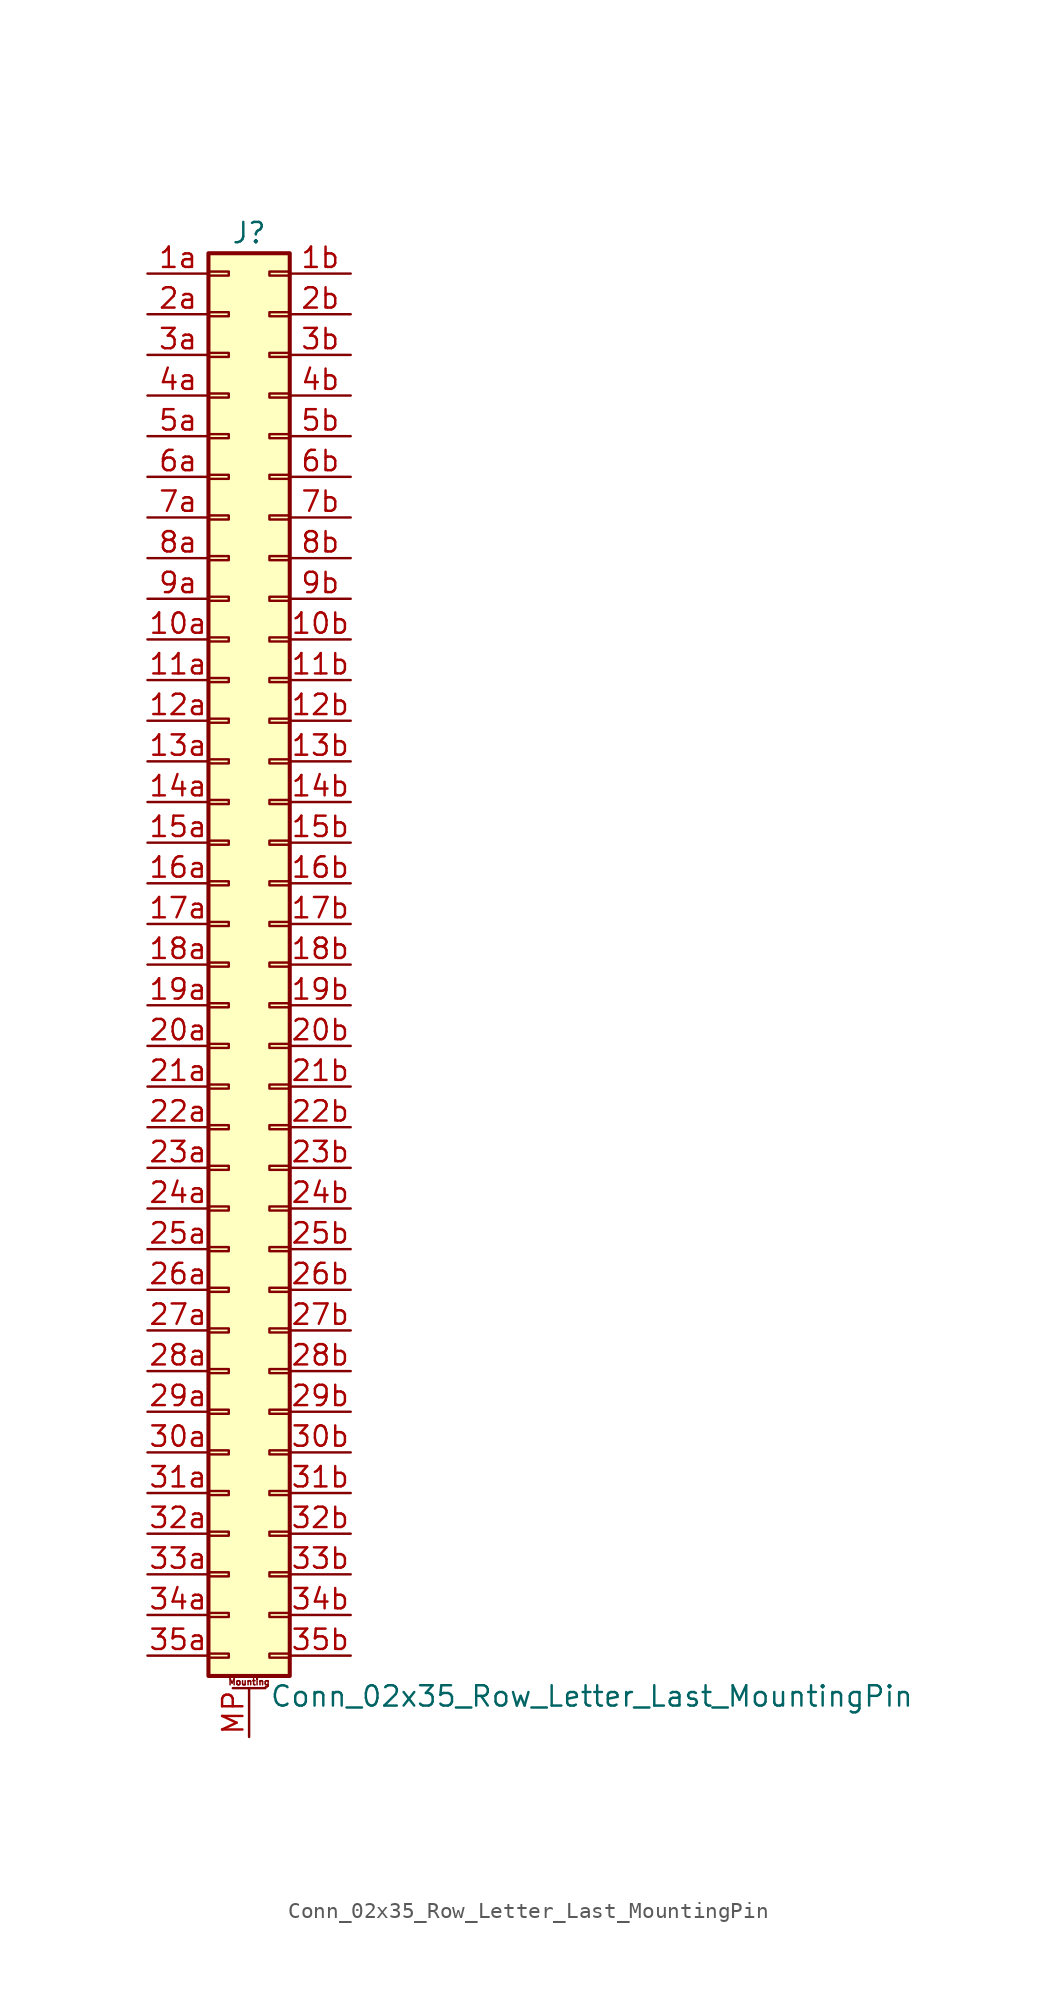
<source format=kicad_sym>
(kicad_symbol_lib
  (version 20211014)
  (generator kicad_symbol_editor)
  (symbol "Conn_02x35_Row_Letter_Last_MountingPin"
    (pin_names
      (offset 1.016) hide)
    (property "Reference" "J"
      (at 1.27 45.72 0)
      (effects (font (size 1.27 1.27))))
    (property "Value" "Conn_02x35_Row_Letter_Last_MountingPin"
      (at 2.54 -45.72 0)
      (effects (font (size 1.27 1.27)) (justify left)))
    (symbol "Conn_02x35_Row_Letter_Last_MountingPin_1_1"
      (rectangle (start -1.27 -43.053) (end 0 -43.307) (stroke (width 0.152) (type default) (color 0 0 0 0)) (fill (type none)))
      (rectangle (start -1.27 -40.513) (end 0 -40.767) (stroke (width 0.152) (type default) (color 0 0 0 0)) (fill (type none)))
      (rectangle (start -1.27 -37.973) (end 0 -38.227) (stroke (width 0.152) (type default) (color 0 0 0 0)) (fill (type none)))
      (rectangle (start -1.27 -35.433) (end 0 -35.687) (stroke (width 0.152) (type default) (color 0 0 0 0)) (fill (type none)))
      (rectangle (start -1.27 -32.893) (end 0 -33.147) (stroke (width 0.152) (type default) (color 0 0 0 0)) (fill (type none)))
      (rectangle (start -1.27 -30.353) (end 0 -30.607) (stroke (width 0.152) (type default) (color 0 0 0 0)) (fill (type none)))
      (rectangle (start -1.27 -27.813) (end 0 -28.067) (stroke (width 0.152) (type default) (color 0 0 0 0)) (fill (type none)))
      (rectangle (start -1.27 -25.273) (end 0 -25.527) (stroke (width 0.152) (type default) (color 0 0 0 0)) (fill (type none)))
      (rectangle (start -1.27 -22.733) (end 0 -22.987) (stroke (width 0.152) (type default) (color 0 0 0 0)) (fill (type none)))
      (rectangle (start -1.27 -20.193) (end 0 -20.447) (stroke (width 0.152) (type default) (color 0 0 0 0)) (fill (type none)))
      (rectangle (start -1.27 -17.653) (end 0 -17.907) (stroke (width 0.152) (type default) (color 0 0 0 0)) (fill (type none)))
      (rectangle (start -1.27 -15.113) (end 0 -15.367) (stroke (width 0.152) (type default) (color 0 0 0 0)) (fill (type none)))
      (rectangle (start -1.27 -12.573) (end 0 -12.827) (stroke (width 0.152) (type default) (color 0 0 0 0)) (fill (type none)))
      (rectangle (start -1.27 -10.033) (end 0 -10.287) (stroke (width 0.152) (type default) (color 0 0 0 0)) (fill (type none)))
      (rectangle (start -1.27 -7.493) (end 0 -7.747) (stroke (width 0.152) (type default) (color 0 0 0 0)) (fill (type none)))
      (rectangle (start -1.27 -4.953) (end 0 -5.207) (stroke (width 0.152) (type default) (color 0 0 0 0)) (fill (type none)))
      (rectangle (start -1.27 -2.413) (end 0 -2.667) (stroke (width 0.152) (type default) (color 0 0 0 0)) (fill (type none)))
      (rectangle (start -1.27 0.127) (end 0 -0.127) (stroke (width 0.152) (type default) (color 0 0 0 0)) (fill (type none)))
      (rectangle (start -1.27 2.667) (end 0 2.413) (stroke (width 0.152) (type default) (color 0 0 0 0)) (fill (type none)))
      (rectangle (start -1.27 5.207) (end 0 4.953) (stroke (width 0.152) (type default) (color 0 0 0 0)) (fill (type none)))
      (rectangle (start -1.27 7.747) (end 0 7.493) (stroke (width 0.152) (type default) (color 0 0 0 0)) (fill (type none)))
      (rectangle (start -1.27 10.287) (end 0 10.033) (stroke (width 0.152) (type default) (color 0 0 0 0)) (fill (type none)))
      (rectangle (start -1.27 12.827) (end 0 12.573) (stroke (width 0.152) (type default) (color 0 0 0 0)) (fill (type none)))
      (rectangle (start -1.27 15.367) (end 0 15.113) (stroke (width 0.152) (type default) (color 0 0 0 0)) (fill (type none)))
      (rectangle (start -1.27 17.907) (end 0 17.653) (stroke (width 0.152) (type default) (color 0 0 0 0)) (fill (type none)))
      (rectangle (start -1.27 20.447) (end 0 20.193) (stroke (width 0.152) (type default) (color 0 0 0 0)) (fill (type none)))
      (rectangle (start -1.27 22.987) (end 0 22.733) (stroke (width 0.152) (type default) (color 0 0 0 0)) (fill (type none)))
      (rectangle (start -1.27 25.527) (end 0 25.273) (stroke (width 0.152) (type default) (color 0 0 0 0)) (fill (type none)))
      (rectangle (start -1.27 28.067) (end 0 27.813) (stroke (width 0.152) (type default) (color 0 0 0 0)) (fill (type none)))
      (rectangle (start -1.27 30.607) (end 0 30.353) (stroke (width 0.152) (type default) (color 0 0 0 0)) (fill (type none)))
      (rectangle (start -1.27 33.147) (end 0 32.893) (stroke (width 0.152) (type default) (color 0 0 0 0)) (fill (type none)))
      (rectangle (start -1.27 35.687) (end 0 35.433) (stroke (width 0.152) (type default) (color 0 0 0 0)) (fill (type none)))
      (rectangle (start -1.27 38.227) (end 0 37.973) (stroke (width 0.152) (type default) (color 0 0 0 0)) (fill (type none)))
      (rectangle (start -1.27 40.767) (end 0 40.513) (stroke (width 0.152) (type default) (color 0 0 0 0)) (fill (type none)))
      (rectangle (start -1.27 43.307) (end 0 43.053) (stroke (width 0.152) (type default) (color 0 0 0 0)) (fill (type none)))
      (rectangle (start -1.27 44.45) (end 3.81 -44.45) (stroke (width 0.254) (type default) (color 0 0 0 0)) (fill (type background)))
      (polyline (pts (xy 0.254 -45.212) (xy 2.286 -45.212)) (stroke (width 0.152) (type default) (color 0 0 0 0)) (fill (type none)))
      (rectangle (start 3.81 -43.053) (end 2.54 -43.307) (stroke (width 0.152) (type default) (color 0 0 0 0)) (fill (type none)))
      (rectangle (start 3.81 -40.513) (end 2.54 -40.767) (stroke (width 0.152) (type default) (color 0 0 0 0)) (fill (type none)))
      (rectangle (start 3.81 -37.973) (end 2.54 -38.227) (stroke (width 0.152) (type default) (color 0 0 0 0)) (fill (type none)))
      (rectangle (start 3.81 -35.433) (end 2.54 -35.687) (stroke (width 0.152) (type default) (color 0 0 0 0)) (fill (type none)))
      (rectangle (start 3.81 -32.893) (end 2.54 -33.147) (stroke (width 0.152) (type default) (color 0 0 0 0)) (fill (type none)))
      (rectangle (start 3.81 -30.353) (end 2.54 -30.607) (stroke (width 0.152) (type default) (color 0 0 0 0)) (fill (type none)))
      (rectangle (start 3.81 -27.813) (end 2.54 -28.067) (stroke (width 0.152) (type default) (color 0 0 0 0)) (fill (type none)))
      (rectangle (start 3.81 -25.273) (end 2.54 -25.527) (stroke (width 0.152) (type default) (color 0 0 0 0)) (fill (type none)))
      (rectangle (start 3.81 -22.733) (end 2.54 -22.987) (stroke (width 0.152) (type default) (color 0 0 0 0)) (fill (type none)))
      (rectangle (start 3.81 -20.193) (end 2.54 -20.447) (stroke (width 0.152) (type default) (color 0 0 0 0)) (fill (type none)))
      (rectangle (start 3.81 -17.653) (end 2.54 -17.907) (stroke (width 0.152) (type default) (color 0 0 0 0)) (fill (type none)))
      (rectangle (start 3.81 -15.113) (end 2.54 -15.367) (stroke (width 0.152) (type default) (color 0 0 0 0)) (fill (type none)))
      (rectangle (start 3.81 -12.573) (end 2.54 -12.827) (stroke (width 0.152) (type default) (color 0 0 0 0)) (fill (type none)))
      (rectangle (start 3.81 -10.033) (end 2.54 -10.287) (stroke (width 0.152) (type default) (color 0 0 0 0)) (fill (type none)))
      (rectangle (start 3.81 -7.493) (end 2.54 -7.747) (stroke (width 0.152) (type default) (color 0 0 0 0)) (fill (type none)))
      (rectangle (start 3.81 -4.953) (end 2.54 -5.207) (stroke (width 0.152) (type default) (color 0 0 0 0)) (fill (type none)))
      (rectangle (start 3.81 -2.413) (end 2.54 -2.667) (stroke (width 0.152) (type default) (color 0 0 0 0)) (fill (type none)))
      (rectangle (start 3.81 0.127) (end 2.54 -0.127) (stroke (width 0.152) (type default) (color 0 0 0 0)) (fill (type none)))
      (rectangle (start 3.81 2.667) (end 2.54 2.413) (stroke (width 0.152) (type default) (color 0 0 0 0)) (fill (type none)))
      (rectangle (start 3.81 5.207) (end 2.54 4.953) (stroke (width 0.152) (type default) (color 0 0 0 0)) (fill (type none)))
      (rectangle (start 3.81 7.747) (end 2.54 7.493) (stroke (width 0.152) (type default) (color 0 0 0 0)) (fill (type none)))
      (rectangle (start 3.81 10.287) (end 2.54 10.033) (stroke (width 0.152) (type default) (color 0 0 0 0)) (fill (type none)))
      (rectangle (start 3.81 12.827) (end 2.54 12.573) (stroke (width 0.152) (type default) (color 0 0 0 0)) (fill (type none)))
      (rectangle (start 3.81 15.367) (end 2.54 15.113) (stroke (width 0.152) (type default) (color 0 0 0 0)) (fill (type none)))
      (rectangle (start 3.81 17.907) (end 2.54 17.653) (stroke (width 0.152) (type default) (color 0 0 0 0)) (fill (type none)))
      (rectangle (start 3.81 20.447) (end 2.54 20.193) (stroke (width 0.152) (type default) (color 0 0 0 0)) (fill (type none)))
      (rectangle (start 3.81 22.987) (end 2.54 22.733) (stroke (width 0.152) (type default) (color 0 0 0 0)) (fill (type none)))
      (rectangle (start 3.81 25.527) (end 2.54 25.273) (stroke (width 0.152) (type default) (color 0 0 0 0)) (fill (type none)))
      (rectangle (start 3.81 28.067) (end 2.54 27.813) (stroke (width 0.152) (type default) (color 0 0 0 0)) (fill (type none)))
      (rectangle (start 3.81 30.607) (end 2.54 30.353) (stroke (width 0.152) (type default) (color 0 0 0 0)) (fill (type none)))
      (rectangle (start 3.81 33.147) (end 2.54 32.893) (stroke (width 0.152) (type default) (color 0 0 0 0)) (fill (type none)))
      (rectangle (start 3.81 35.687) (end 2.54 35.433) (stroke (width 0.152) (type default) (color 0 0 0 0)) (fill (type none)))
      (rectangle (start 3.81 38.227) (end 2.54 37.973) (stroke (width 0.152) (type default) (color 0 0 0 0)) (fill (type none)))
      (rectangle (start 3.81 40.767) (end 2.54 40.513) (stroke (width 0.152) (type default) (color 0 0 0 0)) (fill (type none)))
      (rectangle (start 3.81 43.307) (end 2.54 43.053) (stroke (width 0.152) (type default) (color 0 0 0 0)) (fill (type none)))
      (text "Mounting" (at 1.27 -44.831 0) (effects (font (size 0.381 0.381))))
      (pin passive line (at -5.08 20.32 0) (length 3.81) (name "Pin_10a" (effects (font (size 1.27 1.27)))) (number "10a" (effects (font (size 1.27 1.27)))))
      (pin passive line (at 7.62 20.32 180) (length 3.81) (name "Pin_10b" (effects (font (size 1.27 1.27)))) (number "10b" (effects (font (size 1.27 1.27)))))
      (pin passive line (at -5.08 17.78 0) (length 3.81) (name "Pin_11a" (effects (font (size 1.27 1.27)))) (number "11a" (effects (font (size 1.27 1.27)))))
      (pin passive line (at 7.62 17.78 180) (length 3.81) (name "Pin_11b" (effects (font (size 1.27 1.27)))) (number "11b" (effects (font (size 1.27 1.27)))))
      (pin passive line (at -5.08 15.24 0) (length 3.81) (name "Pin_12a" (effects (font (size 1.27 1.27)))) (number "12a" (effects (font (size 1.27 1.27)))))
      (pin passive line (at 7.62 15.24 180) (length 3.81) (name "Pin_12b" (effects (font (size 1.27 1.27)))) (number "12b" (effects (font (size 1.27 1.27)))))
      (pin passive line (at -5.08 12.7 0) (length 3.81) (name "Pin_13a" (effects (font (size 1.27 1.27)))) (number "13a" (effects (font (size 1.27 1.27)))))
      (pin passive line (at 7.62 12.7 180) (length 3.81) (name "Pin_13b" (effects (font (size 1.27 1.27)))) (number "13b" (effects (font (size 1.27 1.27)))))
      (pin passive line (at -5.08 10.16 0) (length 3.81) (name "Pin_14a" (effects (font (size 1.27 1.27)))) (number "14a" (effects (font (size 1.27 1.27)))))
      (pin passive line (at 7.62 10.16 180) (length 3.81) (name "Pin_14b" (effects (font (size 1.27 1.27)))) (number "14b" (effects (font (size 1.27 1.27)))))
      (pin passive line (at -5.08 7.62 0) (length 3.81) (name "Pin_15a" (effects (font (size 1.27 1.27)))) (number "15a" (effects (font (size 1.27 1.27)))))
      (pin passive line (at 7.62 7.62 180) (length 3.81) (name "Pin_15b" (effects (font (size 1.27 1.27)))) (number "15b" (effects (font (size 1.27 1.27)))))
      (pin passive line (at -5.08 5.08 0) (length 3.81) (name "Pin_16a" (effects (font (size 1.27 1.27)))) (number "16a" (effects (font (size 1.27 1.27)))))
      (pin passive line (at 7.62 5.08 180) (length 3.81) (name "Pin_16b" (effects (font (size 1.27 1.27)))) (number "16b" (effects (font (size 1.27 1.27)))))
      (pin passive line (at -5.08 2.54 0) (length 3.81) (name "Pin_17a" (effects (font (size 1.27 1.27)))) (number "17a" (effects (font (size 1.27 1.27)))))
      (pin passive line (at 7.62 2.54 180) (length 3.81) (name "Pin_17b" (effects (font (size 1.27 1.27)))) (number "17b" (effects (font (size 1.27 1.27)))))
      (pin passive line (at -5.08 0 0) (length 3.81) (name "Pin_18a" (effects (font (size 1.27 1.27)))) (number "18a" (effects (font (size 1.27 1.27)))))
      (pin passive line (at 7.62 0 180) (length 3.81) (name "Pin_18b" (effects (font (size 1.27 1.27)))) (number "18b" (effects (font (size 1.27 1.27)))))
      (pin passive line (at -5.08 -2.54 0) (length 3.81) (name "Pin_19a" (effects (font (size 1.27 1.27)))) (number "19a" (effects (font (size 1.27 1.27)))))
      (pin passive line (at 7.62 -2.54 180) (length 3.81) (name "Pin_19b" (effects (font (size 1.27 1.27)))) (number "19b" (effects (font (size 1.27 1.27)))))
      (pin passive line (at -5.08 43.18 0) (length 3.81) (name "Pin_1a" (effects (font (size 1.27 1.27)))) (number "1a" (effects (font (size 1.27 1.27)))))
      (pin passive line (at 7.62 43.18 180) (length 3.81) (name "Pin_1b" (effects (font (size 1.27 1.27)))) (number "1b" (effects (font (size 1.27 1.27)))))
      (pin passive line (at -5.08 -5.08 0) (length 3.81) (name "Pin_20a" (effects (font (size 1.27 1.27)))) (number "20a" (effects (font (size 1.27 1.27)))))
      (pin passive line (at 7.62 -5.08 180) (length 3.81) (name "Pin_20b" (effects (font (size 1.27 1.27)))) (number "20b" (effects (font (size 1.27 1.27)))))
      (pin passive line (at -5.08 -7.62 0) (length 3.81) (name "Pin_21a" (effects (font (size 1.27 1.27)))) (number "21a" (effects (font (size 1.27 1.27)))))
      (pin passive line (at 7.62 -7.62 180) (length 3.81) (name "Pin_21b" (effects (font (size 1.27 1.27)))) (number "21b" (effects (font (size 1.27 1.27)))))
      (pin passive line (at -5.08 -10.16 0) (length 3.81) (name "Pin_22a" (effects (font (size 1.27 1.27)))) (number "22a" (effects (font (size 1.27 1.27)))))
      (pin passive line (at 7.62 -10.16 180) (length 3.81) (name "Pin_22b" (effects (font (size 1.27 1.27)))) (number "22b" (effects (font (size 1.27 1.27)))))
      (pin passive line (at -5.08 -12.7 0) (length 3.81) (name "Pin_23a" (effects (font (size 1.27 1.27)))) (number "23a" (effects (font (size 1.27 1.27)))))
      (pin passive line (at 7.62 -12.7 180) (length 3.81) (name "Pin_23b" (effects (font (size 1.27 1.27)))) (number "23b" (effects (font (size 1.27 1.27)))))
      (pin passive line (at -5.08 -15.24 0) (length 3.81) (name "Pin_24a" (effects (font (size 1.27 1.27)))) (number "24a" (effects (font (size 1.27 1.27)))))
      (pin passive line (at 7.62 -15.24 180) (length 3.81) (name "Pin_24b" (effects (font (size 1.27 1.27)))) (number "24b" (effects (font (size 1.27 1.27)))))
      (pin passive line (at -5.08 -17.78 0) (length 3.81) (name "Pin_25a" (effects (font (size 1.27 1.27)))) (number "25a" (effects (font (size 1.27 1.27)))))
      (pin passive line (at 7.62 -17.78 180) (length 3.81) (name "Pin_25b" (effects (font (size 1.27 1.27)))) (number "25b" (effects (font (size 1.27 1.27)))))
      (pin passive line (at -5.08 -20.32 0) (length 3.81) (name "Pin_26a" (effects (font (size 1.27 1.27)))) (number "26a" (effects (font (size 1.27 1.27)))))
      (pin passive line (at 7.62 -20.32 180) (length 3.81) (name "Pin_26b" (effects (font (size 1.27 1.27)))) (number "26b" (effects (font (size 1.27 1.27)))))
      (pin passive line (at -5.08 -22.86 0) (length 3.81) (name "Pin_27a" (effects (font (size 1.27 1.27)))) (number "27a" (effects (font (size 1.27 1.27)))))
      (pin passive line (at 7.62 -22.86 180) (length 3.81) (name "Pin_27b" (effects (font (size 1.27 1.27)))) (number "27b" (effects (font (size 1.27 1.27)))))
      (pin passive line (at -5.08 -25.4 0) (length 3.81) (name "Pin_28a" (effects (font (size 1.27 1.27)))) (number "28a" (effects (font (size 1.27 1.27)))))
      (pin passive line (at 7.62 -25.4 180) (length 3.81) (name "Pin_28b" (effects (font (size 1.27 1.27)))) (number "28b" (effects (font (size 1.27 1.27)))))
      (pin passive line (at -5.08 -27.94 0) (length 3.81) (name "Pin_29a" (effects (font (size 1.27 1.27)))) (number "29a" (effects (font (size 1.27 1.27)))))
      (pin passive line (at 7.62 -27.94 180) (length 3.81) (name "Pin_29b" (effects (font (size 1.27 1.27)))) (number "29b" (effects (font (size 1.27 1.27)))))
      (pin passive line (at -5.08 40.64 0) (length 3.81) (name "Pin_2a" (effects (font (size 1.27 1.27)))) (number "2a" (effects (font (size 1.27 1.27)))))
      (pin passive line (at 7.62 40.64 180) (length 3.81) (name "Pin_2b" (effects (font (size 1.27 1.27)))) (number "2b" (effects (font (size 1.27 1.27)))))
      (pin passive line (at -5.08 -30.48 0) (length 3.81) (name "Pin_30a" (effects (font (size 1.27 1.27)))) (number "30a" (effects (font (size 1.27 1.27)))))
      (pin passive line (at 7.62 -30.48 180) (length 3.81) (name "Pin_30b" (effects (font (size 1.27 1.27)))) (number "30b" (effects (font (size 1.27 1.27)))))
      (pin passive line (at -5.08 -33.02 0) (length 3.81) (name "Pin_31a" (effects (font (size 1.27 1.27)))) (number "31a" (effects (font (size 1.27 1.27)))))
      (pin passive line (at 7.62 -33.02 180) (length 3.81) (name "Pin_31b" (effects (font (size 1.27 1.27)))) (number "31b" (effects (font (size 1.27 1.27)))))
      (pin passive line (at -5.08 -35.56 0) (length 3.81) (name "Pin_32a" (effects (font (size 1.27 1.27)))) (number "32a" (effects (font (size 1.27 1.27)))))
      (pin passive line (at 7.62 -35.56 180) (length 3.81) (name "Pin_32b" (effects (font (size 1.27 1.27)))) (number "32b" (effects (font (size 1.27 1.27)))))
      (pin passive line (at -5.08 -38.1 0) (length 3.81) (name "Pin_33a" (effects (font (size 1.27 1.27)))) (number "33a" (effects (font (size 1.27 1.27)))))
      (pin passive line (at 7.62 -38.1 180) (length 3.81) (name "Pin_33b" (effects (font (size 1.27 1.27)))) (number "33b" (effects (font (size 1.27 1.27)))))
      (pin passive line (at -5.08 -40.64 0) (length 3.81) (name "Pin_34a" (effects (font (size 1.27 1.27)))) (number "34a" (effects (font (size 1.27 1.27)))))
      (pin passive line (at 7.62 -40.64 180) (length 3.81) (name "Pin_34b" (effects (font (size 1.27 1.27)))) (number "34b" (effects (font (size 1.27 1.27)))))
      (pin passive line (at -5.08 -43.18 0) (length 3.81) (name "Pin_35a" (effects (font (size 1.27 1.27)))) (number "35a" (effects (font (size 1.27 1.27)))))
      (pin passive line (at 7.62 -43.18 180) (length 3.81) (name "Pin_35b" (effects (font (size 1.27 1.27)))) (number "35b" (effects (font (size 1.27 1.27)))))
      (pin passive line (at -5.08 38.1 0) (length 3.81) (name "Pin_3a" (effects (font (size 1.27 1.27)))) (number "3a" (effects (font (size 1.27 1.27)))))
      (pin passive line (at 7.62 38.1 180) (length 3.81) (name "Pin_3b" (effects (font (size 1.27 1.27)))) (number "3b" (effects (font (size 1.27 1.27)))))
      (pin passive line (at -5.08 35.56 0) (length 3.81) (name "Pin_4a" (effects (font (size 1.27 1.27)))) (number "4a" (effects (font (size 1.27 1.27)))))
      (pin passive line (at 7.62 35.56 180) (length 3.81) (name "Pin_4b" (effects (font (size 1.27 1.27)))) (number "4b" (effects (font (size 1.27 1.27)))))
      (pin passive line (at -5.08 33.02 0) (length 3.81) (name "Pin_5a" (effects (font (size 1.27 1.27)))) (number "5a" (effects (font (size 1.27 1.27)))))
      (pin passive line (at 7.62 33.02 180) (length 3.81) (name "Pin_5b" (effects (font (size 1.27 1.27)))) (number "5b" (effects (font (size 1.27 1.27)))))
      (pin passive line (at -5.08 30.48 0) (length 3.81) (name "Pin_6a" (effects (font (size 1.27 1.27)))) (number "6a" (effects (font (size 1.27 1.27)))))
      (pin passive line (at 7.62 30.48 180) (length 3.81) (name "Pin_6b" (effects (font (size 1.27 1.27)))) (number "6b" (effects (font (size 1.27 1.27)))))
      (pin passive line (at -5.08 27.94 0) (length 3.81) (name "Pin_7a" (effects (font (size 1.27 1.27)))) (number "7a" (effects (font (size 1.27 1.27)))))
      (pin passive line (at 7.62 27.94 180) (length 3.81) (name "Pin_7b" (effects (font (size 1.27 1.27)))) (number "7b" (effects (font (size 1.27 1.27)))))
      (pin passive line (at -5.08 25.4 0) (length 3.81) (name "Pin_8a" (effects (font (size 1.27 1.27)))) (number "8a" (effects (font (size 1.27 1.27)))))
      (pin passive line (at 7.62 25.4 180) (length 3.81) (name "Pin_8b" (effects (font (size 1.27 1.27)))) (number "8b" (effects (font (size 1.27 1.27)))))
      (pin passive line (at -5.08 22.86 0) (length 3.81) (name "Pin_9a" (effects (font (size 1.27 1.27)))) (number "9a" (effects (font (size 1.27 1.27)))))
      (pin passive line (at 7.62 22.86 180) (length 3.81) (name "Pin_9b" (effects (font (size 1.27 1.27)))) (number "9b" (effects (font (size 1.27 1.27)))))
      (pin passive line (at 1.27 -48.26 90) (length 3.048) (name "MountPin" (effects (font (size 1.27 1.27)))) (number "MP" (effects (font (size 1.27 1.27))))))))
</source>
